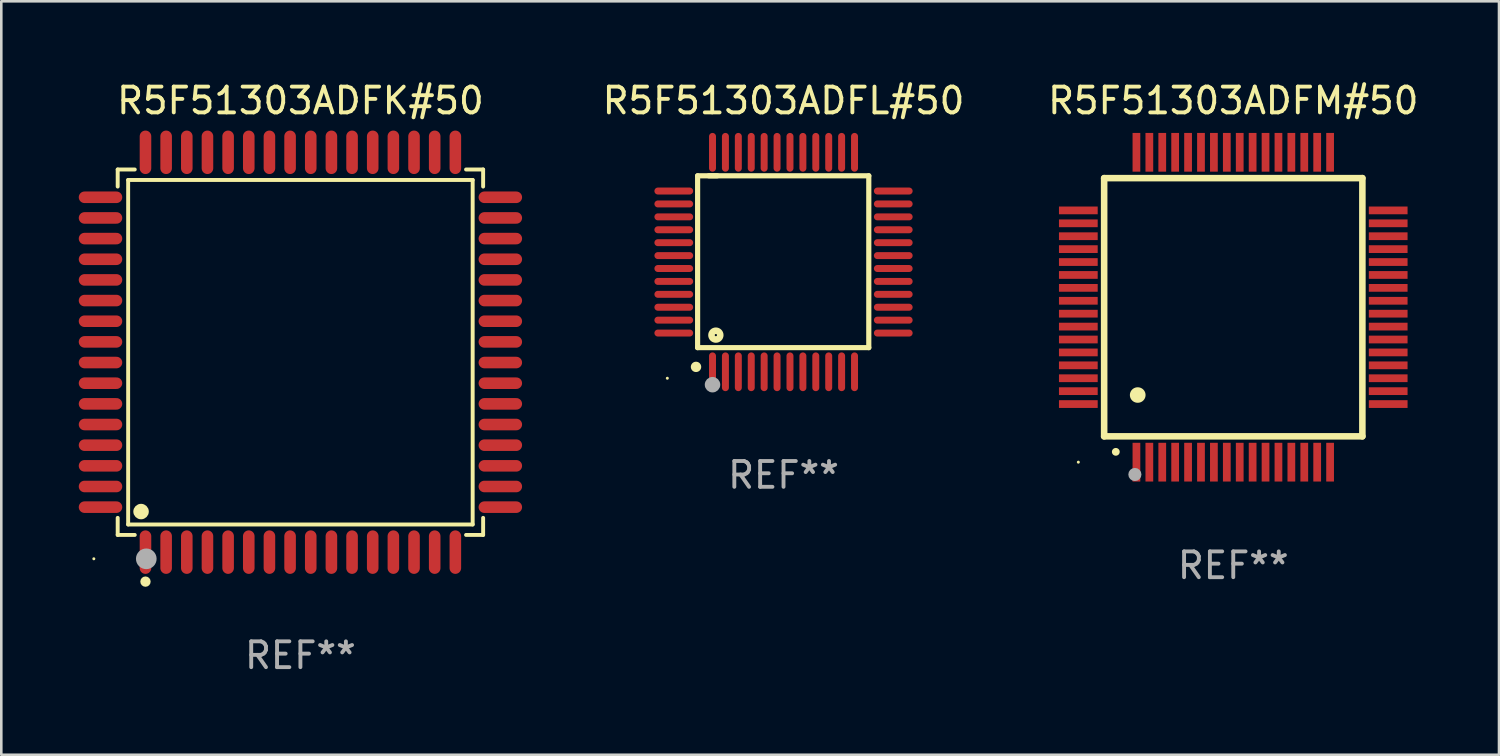
<source format=kicad_pcb>
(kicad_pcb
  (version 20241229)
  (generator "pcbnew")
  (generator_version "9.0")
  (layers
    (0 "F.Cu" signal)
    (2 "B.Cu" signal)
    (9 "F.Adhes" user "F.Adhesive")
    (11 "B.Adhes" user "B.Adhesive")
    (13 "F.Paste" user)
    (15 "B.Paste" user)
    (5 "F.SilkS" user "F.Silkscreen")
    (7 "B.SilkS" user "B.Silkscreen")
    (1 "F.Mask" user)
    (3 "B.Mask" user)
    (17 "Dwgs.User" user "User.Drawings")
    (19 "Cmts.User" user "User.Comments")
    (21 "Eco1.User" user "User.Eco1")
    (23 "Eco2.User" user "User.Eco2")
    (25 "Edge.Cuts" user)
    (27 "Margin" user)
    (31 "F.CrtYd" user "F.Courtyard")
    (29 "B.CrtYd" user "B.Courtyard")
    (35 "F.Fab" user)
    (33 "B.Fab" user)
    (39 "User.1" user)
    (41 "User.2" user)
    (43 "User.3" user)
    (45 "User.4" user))
  (footprint "R5F51303ADFL#50"
    (layer "F.Cu")
    (at 27.293 7.098)
    (property "Reference" "R5F51303ADFL#50" (at 0 -6.25 0) (layer "F.SilkS") (effects (font (size 1 1) (thickness 0.15))))
    (attr through_hole)
    (fp_line (start -3.327 -3.34) (end -2.565 -3.34) (stroke (width 0.2) (type solid)) (layer "F.SilkS"))
    (fp_line (start -3.327 3.315) (end -3.327 -3.34) (stroke (width 0.2) (type solid)) (layer "F.SilkS"))
    (fp_line (start -2.896 -3.34) (end 3.302 -3.34) (stroke (width 0.2) (type solid)) (layer "F.SilkS"))
    (fp_line (start 3.302 -3.34) (end 3.302 3.315) (stroke (width 0.2) (type solid)) (layer "F.SilkS"))
    (fp_line (start 3.302 3.315) (end -3.327 3.315) (stroke (width 0.2) (type solid)) (layer "F.SilkS"))
    (fp_arc (start -3.389992 4.059995) (mid -3.388722 4.059991) (end -3.387452 4.059995) (stroke (width 0.4) (type solid)) (layer "F.SilkS"))
    (fp_circle (center -4.5 4.5) (end -4.47 4.5) (stroke (width 0.06) (type solid)) (fill no) (layer "F.SilkS"))
    (fp_circle (center -2.62 2.83) (end -2.45 2.83) (stroke (width 0.254) (type solid)) (fill no) (layer "F.SilkS"))
    (fp_circle (center -2.75 4.75) (end -2.6 4.75) (stroke (width 0.3) (type solid)) (fill no) (layer "F.Fab"))
    (fp_text user "REF**" (at 0 8.25 0) (layer "F.Fab") (effects (font (size 1 1) (thickness 0.15))))
    (pad "1" smd oval (at -2.75 4.25) (size 0.27 1.5) (layers "F.Cu" "F.Mask" "F.Paste"))
    (pad "2" smd oval (at -2.25 4.25) (size 0.27 1.5) (layers "F.Cu" "F.Mask" "F.Paste"))
    (pad "3" smd oval (at -1.75 4.25) (size 0.27 1.5) (layers "F.Cu" "F.Mask" "F.Paste"))
    (pad "4" smd oval (at -1.25 4.25) (size 0.27 1.5) (layers "F.Cu" "F.Mask" "F.Paste"))
    (pad "5" smd oval (at -0.75 4.25) (size 0.27 1.5) (layers "F.Cu" "F.Mask" "F.Paste"))
    (pad "6" smd oval (at -0.25 4.25) (size 0.27 1.5) (layers "F.Cu" "F.Mask" "F.Paste"))
    (pad "7" smd oval (at 0.25 4.25) (size 0.27 1.5) (layers "F.Cu" "F.Mask" "F.Paste"))
    (pad "8" smd oval (at 0.75 4.25) (size 0.27 1.5) (layers "F.Cu" "F.Mask" "F.Paste"))
    (pad "9" smd oval (at 1.25 4.25) (size 0.27 1.5) (layers "F.Cu" "F.Mask" "F.Paste"))
    (pad "10" smd oval (at 1.75 4.25) (size 0.27 1.5) (layers "F.Cu" "F.Mask" "F.Paste"))
    (pad "11" smd oval (at 2.25 4.25) (size 0.27 1.5) (layers "F.Cu" "F.Mask" "F.Paste"))
    (pad "12" smd oval (at 2.75 4.25) (size 0.27 1.5) (layers "F.Cu" "F.Mask" "F.Paste"))
    (pad "13" smd oval (at 4.25 2.75) (size 1.5 0.27) (layers "F.Cu" "F.Mask" "F.Paste"))
    (pad "14" smd oval (at 4.25 2.25) (size 1.5 0.27) (layers "F.Cu" "F.Mask" "F.Paste"))
    (pad "15" smd oval (at 4.25 1.75) (size 1.5 0.27) (layers "F.Cu" "F.Mask" "F.Paste"))
    (pad "16" smd oval (at 4.25 1.25) (size 1.5 0.27) (layers "F.Cu" "F.Mask" "F.Paste"))
    (pad "17" smd oval (at 4.25 0.75) (size 1.5 0.27) (layers "F.Cu" "F.Mask" "F.Paste"))
    (pad "18" smd oval (at 4.25 0.25) (size 1.5 0.27) (layers "F.Cu" "F.Mask" "F.Paste"))
    (pad "19" smd oval (at 4.25 -0.25) (size 1.5 0.27) (layers "F.Cu" "F.Mask" "F.Paste"))
    (pad "20" smd oval (at 4.25 -0.75) (size 1.5 0.27) (layers "F.Cu" "F.Mask" "F.Paste"))
    (pad "21" smd oval (at 4.25 -1.25) (size 1.5 0.27) (layers "F.Cu" "F.Mask" "F.Paste"))
    (pad "22" smd oval (at 4.25 -1.75) (size 1.5 0.27) (layers "F.Cu" "F.Mask" "F.Paste"))
    (pad "23" smd oval (at 4.25 -2.25) (size 1.5 0.27) (layers "F.Cu" "F.Mask" "F.Paste"))
    (pad "24" smd oval (at 4.25 -2.75) (size 1.5 0.27) (layers "F.Cu" "F.Mask" "F.Paste"))
    (pad "25" smd oval (at 2.75 -4.25) (size 0.27 1.5) (layers "F.Cu" "F.Mask" "F.Paste"))
    (pad "26" smd oval (at 2.25 -4.25) (size 0.27 1.5) (layers "F.Cu" "F.Mask" "F.Paste"))
    (pad "27" smd oval (at 1.75 -4.25) (size 0.27 1.5) (layers "F.Cu" "F.Mask" "F.Paste"))
    (pad "28" smd oval (at 1.25 -4.25) (size 0.27 1.5) (layers "F.Cu" "F.Mask" "F.Paste"))
    (pad "29" smd oval (at 0.75 -4.25) (size 0.27 1.5) (layers "F.Cu" "F.Mask" "F.Paste"))
    (pad "30" smd oval (at 0.25 -4.25) (size 0.27 1.5) (layers "F.Cu" "F.Mask" "F.Paste"))
    (pad "31" smd oval (at -0.25 -4.25) (size 0.27 1.5) (layers "F.Cu" "F.Mask" "F.Paste"))
    (pad "32" smd oval (at -0.75 -4.25) (size 0.27 1.5) (layers "F.Cu" "F.Mask" "F.Paste"))
    (pad "33" smd oval (at -1.25 -4.25) (size 0.27 1.5) (layers "F.Cu" "F.Mask" "F.Paste"))
    (pad "34" smd oval (at -1.75 -4.25) (size 0.27 1.5) (layers "F.Cu" "F.Mask" "F.Paste"))
    (pad "35" smd oval (at -2.25 -4.25) (size 0.27 1.5) (layers "F.Cu" "F.Mask" "F.Paste"))
    (pad "36" smd oval (at -2.75 -4.25) (size 0.27 1.5) (layers "F.Cu" "F.Mask" "F.Paste"))
    (pad "37" smd oval (at -4.25 -2.75) (size 1.5 0.27) (layers "F.Cu" "F.Mask" "F.Paste"))
    (pad "38" smd oval (at -4.25 -2.25) (size 1.5 0.27) (layers "F.Cu" "F.Mask" "F.Paste"))
    (pad "39" smd oval (at -4.25 -1.75) (size 1.5 0.27) (layers "F.Cu" "F.Mask" "F.Paste"))
    (pad "40" smd oval (at -4.25 -1.25) (size 1.5 0.27) (layers "F.Cu" "F.Mask" "F.Paste"))
    (pad "41" smd oval (at -4.25 -0.75) (size 1.5 0.27) (layers "F.Cu" "F.Mask" "F.Paste"))
    (pad "42" smd oval (at -4.25 -0.25) (size 1.5 0.27) (layers "F.Cu" "F.Mask" "F.Paste"))
    (pad "43" smd oval (at -4.25 0.25) (size 1.5 0.27) (layers "F.Cu" "F.Mask" "F.Paste"))
    (pad "44" smd oval (at -4.25 0.75) (size 1.5 0.27) (layers "F.Cu" "F.Mask" "F.Paste"))
    (pad "45" smd oval (at -4.25 1.25) (size 1.5 0.27) (layers "F.Cu" "F.Mask" "F.Paste"))
    (pad "46" smd oval (at -4.25 1.75) (size 1.5 0.27) (layers "F.Cu" "F.Mask" "F.Paste"))
    (pad "47" smd oval (at -4.25 2.25) (size 1.5 0.27) (layers "F.Cu" "F.Mask" "F.Paste"))
    (pad "48" smd oval (at -4.25 2.75) (size 1.5 0.27) (layers "F.Cu" "F.Mask" "F.Paste")))
  (footprint "R5F51303ADFK#50"
    (layer "F.Cu")
    (at 8.584 10.59)
    (property "Reference" "R5F51303ADFK#50" (at 0 -9.742 0) (layer "F.SilkS") (effects (font (size 1 1) (thickness 0.15))))
    (attr through_hole)
    (fp_line (start -7.076 -7.076) (end -6.415 -7.076) (stroke (width 0.152) (type solid)) (layer "F.SilkS"))
    (fp_line (start -7.076 -6.415) (end -7.076 -7.076) (stroke (width 0.152) (type solid)) (layer "F.SilkS"))
    (fp_line (start -7.076 6.415) (end -7.076 7.076) (stroke (width 0.152) (type solid)) (layer "F.SilkS"))
    (fp_line (start -7.076 7.076) (end -6.415 7.076) (stroke (width 0.152) (type solid)) (layer "F.SilkS"))
    (fp_line (start -6.671 -6.671) (end 6.671 -6.671) (stroke (width 0.152) (type solid)) (layer "F.SilkS"))
    (fp_line (start -6.671 6.671) (end -6.671 -6.671) (stroke (width 0.152) (type solid)) (layer "F.SilkS"))
    (fp_line (start 6.671 -6.671) (end 6.671 6.671) (stroke (width 0.152) (type solid)) (layer "F.SilkS"))
    (fp_line (start 6.671 6.671) (end -6.671 6.671) (stroke (width 0.152) (type solid)) (layer "F.SilkS"))
    (fp_line (start 7.076 -7.076) (end 6.415 -7.076) (stroke (width 0.152) (type solid)) (layer "F.SilkS"))
    (fp_line (start 7.076 -6.415) (end 7.076 -7.076) (stroke (width 0.152) (type solid)) (layer "F.SilkS"))
    (fp_line (start 7.076 6.415) (end 7.076 7.076) (stroke (width 0.152) (type solid)) (layer "F.SilkS"))
    (fp_line (start 7.076 7.076) (end 6.415 7.076) (stroke (width 0.152) (type solid)) (layer "F.SilkS"))
    (fp_circle (center -8 8) (end -7.97 8) (stroke (width 0.06) (type solid)) (fill no) (layer "F.SilkS"))
    (fp_circle (center -6.171 6.171) (end -6.021 6.171) (stroke (width 0.3) (type solid)) (fill no) (layer "F.SilkS"))
    (fp_circle (center -6 8.884) (end -5.9 8.884) (stroke (width 0.2) (type solid)) (fill no) (layer "F.SilkS"))
    (fp_circle (center -5.969 8.001) (end -5.769 8.001) (stroke (width 0.4) (type solid)) (fill no) (layer "F.Fab"))
    (fp_text user "REF**" (at 0 11.742 0) (layer "F.Fab") (effects (font (size 1 1) (thickness 0.15))))
    (pad "1" smd oval (at -6 7.742) (size 0.448 1.684) (layers "F.Cu" "F.Mask" "F.Paste"))
    (pad "2" smd oval (at -5.2 7.742) (size 0.448 1.684) (layers "F.Cu" "F.Mask" "F.Paste"))
    (pad "3" smd oval (at -4.4 7.742) (size 0.448 1.684) (layers "F.Cu" "F.Mask" "F.Paste"))
    (pad "4" smd oval (at -3.6 7.742) (size 0.448 1.684) (layers "F.Cu" "F.Mask" "F.Paste"))
    (pad "5" smd oval (at -2.8 7.742) (size 0.448 1.684) (layers "F.Cu" "F.Mask" "F.Paste"))
    (pad "6" smd oval (at -2 7.742) (size 0.448 1.684) (layers "F.Cu" "F.Mask" "F.Paste"))
    (pad "7" smd oval (at -1.2 7.742) (size 0.448 1.684) (layers "F.Cu" "F.Mask" "F.Paste"))
    (pad "8" smd oval (at -0.4 7.742) (size 0.448 1.684) (layers "F.Cu" "F.Mask" "F.Paste"))
    (pad "9" smd oval (at 0.4 7.742) (size 0.448 1.684) (layers "F.Cu" "F.Mask" "F.Paste"))
    (pad "10" smd oval (at 1.2 7.742) (size 0.448 1.684) (layers "F.Cu" "F.Mask" "F.Paste"))
    (pad "11" smd oval (at 2 7.742) (size 0.448 1.684) (layers "F.Cu" "F.Mask" "F.Paste"))
    (pad "12" smd oval (at 2.8 7.742) (size 0.448 1.684) (layers "F.Cu" "F.Mask" "F.Paste"))
    (pad "13" smd oval (at 3.6 7.742) (size 0.448 1.684) (layers "F.Cu" "F.Mask" "F.Paste"))
    (pad "14" smd oval (at 4.4 7.742) (size 0.448 1.684) (layers "F.Cu" "F.Mask" "F.Paste"))
    (pad "15" smd oval (at 5.2 7.742) (size 0.448 1.684) (layers "F.Cu" "F.Mask" "F.Paste"))
    (pad "16" smd oval (at 6 7.742) (size 0.448 1.684) (layers "F.Cu" "F.Mask" "F.Paste"))
    (pad "17" smd oval (at 7.742 6) (size 1.684 0.448) (layers "F.Cu" "F.Mask" "F.Paste"))
    (pad "18" smd oval (at 7.742 5.2) (size 1.684 0.448) (layers "F.Cu" "F.Mask" "F.Paste"))
    (pad "19" smd oval (at 7.742 4.4) (size 1.684 0.448) (layers "F.Cu" "F.Mask" "F.Paste"))
    (pad "20" smd oval (at 7.742 3.6) (size 1.684 0.448) (layers "F.Cu" "F.Mask" "F.Paste"))
    (pad "21" smd oval (at 7.742 2.8) (size 1.684 0.448) (layers "F.Cu" "F.Mask" "F.Paste"))
    (pad "22" smd oval (at 7.742 2) (size 1.684 0.448) (layers "F.Cu" "F.Mask" "F.Paste"))
    (pad "23" smd oval (at 7.742 1.2) (size 1.684 0.448) (layers "F.Cu" "F.Mask" "F.Paste"))
    (pad "24" smd oval (at 7.742 0.4) (size 1.684 0.448) (layers "F.Cu" "F.Mask" "F.Paste"))
    (pad "25" smd oval (at 7.742 -0.4) (size 1.684 0.448) (layers "F.Cu" "F.Mask" "F.Paste"))
    (pad "26" smd oval (at 7.742 -1.2) (size 1.684 0.448) (layers "F.Cu" "F.Mask" "F.Paste"))
    (pad "27" smd oval (at 7.742 -2) (size 1.684 0.448) (layers "F.Cu" "F.Mask" "F.Paste"))
    (pad "28" smd oval (at 7.742 -2.8) (size 1.684 0.448) (layers "F.Cu" "F.Mask" "F.Paste"))
    (pad "29" smd oval (at 7.742 -3.6) (size 1.684 0.448) (layers "F.Cu" "F.Mask" "F.Paste"))
    (pad "30" smd oval (at 7.742 -4.4) (size 1.684 0.448) (layers "F.Cu" "F.Mask" "F.Paste"))
    (pad "31" smd oval (at 7.742 -5.2) (size 1.684 0.448) (layers "F.Cu" "F.Mask" "F.Paste"))
    (pad "32" smd oval (at 7.742 -6) (size 1.684 0.448) (layers "F.Cu" "F.Mask" "F.Paste"))
    (pad "33" smd oval (at 6 -7.742) (size 0.448 1.684) (layers "F.Cu" "F.Mask" "F.Paste"))
    (pad "34" smd oval (at 5.2 -7.742) (size 0.448 1.684) (layers "F.Cu" "F.Mask" "F.Paste"))
    (pad "35" smd oval (at 4.4 -7.742) (size 0.448 1.684) (layers "F.Cu" "F.Mask" "F.Paste"))
    (pad "36" smd oval (at 3.6 -7.742) (size 0.448 1.684) (layers "F.Cu" "F.Mask" "F.Paste"))
    (pad "37" smd oval (at 2.8 -7.742) (size 0.448 1.684) (layers "F.Cu" "F.Mask" "F.Paste"))
    (pad "38" smd oval (at 2 -7.742) (size 0.448 1.684) (layers "F.Cu" "F.Mask" "F.Paste"))
    (pad "39" smd oval (at 1.2 -7.742) (size 0.448 1.684) (layers "F.Cu" "F.Mask" "F.Paste"))
    (pad "40" smd oval (at 0.4 -7.742) (size 0.448 1.684) (layers "F.Cu" "F.Mask" "F.Paste"))
    (pad "41" smd oval (at -0.4 -7.742) (size 0.448 1.684) (layers "F.Cu" "F.Mask" "F.Paste"))
    (pad "42" smd oval (at -1.2 -7.742) (size 0.448 1.684) (layers "F.Cu" "F.Mask" "F.Paste"))
    (pad "43" smd oval (at -2 -7.742) (size 0.448 1.684) (layers "F.Cu" "F.Mask" "F.Paste"))
    (pad "44" smd oval (at -2.8 -7.742) (size 0.448 1.684) (layers "F.Cu" "F.Mask" "F.Paste"))
    (pad "45" smd oval (at -3.6 -7.742) (size 0.448 1.684) (layers "F.Cu" "F.Mask" "F.Paste"))
    (pad "46" smd oval (at -4.4 -7.742) (size 0.448 1.684) (layers "F.Cu" "F.Mask" "F.Paste"))
    (pad "47" smd oval (at -5.2 -7.742) (size 0.448 1.684) (layers "F.Cu" "F.Mask" "F.Paste"))
    (pad "48" smd oval (at -6 -7.742) (size 0.448 1.684) (layers "F.Cu" "F.Mask" "F.Paste"))
    (pad "49" smd oval (at -7.742 -6) (size 1.684 0.448) (layers "F.Cu" "F.Mask" "F.Paste"))
    (pad "50" smd oval (at -7.742 -5.2) (size 1.684 0.448) (layers "F.Cu" "F.Mask" "F.Paste"))
    (pad "51" smd oval (at -7.742 -4.4) (size 1.684 0.448) (layers "F.Cu" "F.Mask" "F.Paste"))
    (pad "52" smd oval (at -7.742 -3.6) (size 1.684 0.448) (layers "F.Cu" "F.Mask" "F.Paste"))
    (pad "53" smd oval (at -7.742 -2.8) (size 1.684 0.448) (layers "F.Cu" "F.Mask" "F.Paste"))
    (pad "54" smd oval (at -7.742 -2) (size 1.684 0.448) (layers "F.Cu" "F.Mask" "F.Paste"))
    (pad "55" smd oval (at -7.742 -1.2) (size 1.684 0.448) (layers "F.Cu" "F.Mask" "F.Paste"))
    (pad "56" smd oval (at -7.742 -0.4) (size 1.684 0.448) (layers "F.Cu" "F.Mask" "F.Paste"))
    (pad "57" smd oval (at -7.742 0.4) (size 1.684 0.448) (layers "F.Cu" "F.Mask" "F.Paste"))
    (pad "58" smd oval (at -7.742 1.2) (size 1.684 0.448) (layers "F.Cu" "F.Mask" "F.Paste"))
    (pad "59" smd oval (at -7.742 2) (size 1.684 0.448) (layers "F.Cu" "F.Mask" "F.Paste"))
    (pad "60" smd oval (at -7.742 2.8) (size 1.684 0.448) (layers "F.Cu" "F.Mask" "F.Paste"))
    (pad "61" smd oval (at -7.742 3.6) (size 1.684 0.448) (layers "F.Cu" "F.Mask" "F.Paste"))
    (pad "62" smd oval (at -7.742 4.4) (size 1.684 0.448) (layers "F.Cu" "F.Mask" "F.Paste"))
    (pad "63" smd oval (at -7.742 5.2) (size 1.684 0.448) (layers "F.Cu" "F.Mask" "F.Paste"))
    (pad "64" smd oval (at -7.742 6) (size 1.684 0.448) (layers "F.Cu" "F.Mask" "F.Paste")))
  (footprint "R5F51303ADFM#50"
    (layer "F.Cu")
    (at 44.71 8.848)
    (property "Reference" "R5F51303ADFM#50" (at 0 -8 0) (layer "F.SilkS") (effects (font (size 1 1) (thickness 0.15))))
    (attr through_hole)
    (fp_line (start -5 -5) (end -5 5) (stroke (width 0.254) (type solid)) (layer "F.SilkS"))
    (fp_line (start -5 -5) (end 5 -5) (stroke (width 0.254) (type solid)) (layer "F.SilkS"))
    (fp_line (start -5 5) (end 5 5) (stroke (width 0.254) (type solid)) (layer "F.SilkS"))
    (fp_line (start 5 -5) (end 5 5) (stroke (width 0.254) (type solid)) (layer "F.SilkS"))
    (fp_arc (start -4.549987 5.6) (mid -4.548717 5.599995) (end -4.547447 5.6) (stroke (width 0.3) (type solid)) (layer "F.SilkS"))
    (fp_arc (start -3.703835 3.400076) (mid -3.700025 3.400052) (end -3.696215 3.400076) (stroke (width 0.6) (type solid)) (layer "F.SilkS"))
    (fp_circle (center -6 6) (end -5.97 6) (stroke (width 0.06) (type solid)) (fill no) (layer "F.SilkS"))
    (fp_circle (center -3.81 6.477) (end -3.683 6.477) (stroke (width 0.254) (type solid)) (fill no) (layer "F.Fab"))
    (fp_text user "REF**" (at 0 10 0) (layer "F.Fab") (effects (font (size 1 1) (thickness 0.15))))
    (pad "1" smd rect (at -3.75 6 180) (size 0.3 1.5) (layers "F.Cu" "F.Mask" "F.Paste"))
    (pad "2" smd rect (at -3.25 6 180) (size 0.3 1.5) (layers "F.Cu" "F.Mask" "F.Paste"))
    (pad "3" smd rect (at -2.75 6 180) (size 0.3 1.5) (layers "F.Cu" "F.Mask" "F.Paste"))
    (pad "4" smd rect (at -2.25 6 180) (size 0.3 1.5) (layers "F.Cu" "F.Mask" "F.Paste"))
    (pad "5" smd rect (at -1.75 6 180) (size 0.3 1.5) (layers "F.Cu" "F.Mask" "F.Paste"))
    (pad "6" smd rect (at -1.25 6 180) (size 0.3 1.5) (layers "F.Cu" "F.Mask" "F.Paste"))
    (pad "7" smd rect (at -0.75 6 180) (size 0.3 1.5) (layers "F.Cu" "F.Mask" "F.Paste"))
    (pad "8" smd rect (at -0.25 6 180) (size 0.3 1.5) (layers "F.Cu" "F.Mask" "F.Paste"))
    (pad "9" smd rect (at 0.25 6 180) (size 0.3 1.5) (layers "F.Cu" "F.Mask" "F.Paste"))
    (pad "10" smd rect (at 0.75 6 180) (size 0.3 1.5) (layers "F.Cu" "F.Mask" "F.Paste"))
    (pad "11" smd rect (at 1.25 6 180) (size 0.3 1.5) (layers "F.Cu" "F.Mask" "F.Paste"))
    (pad "12" smd rect (at 1.75 6 180) (size 0.3 1.5) (layers "F.Cu" "F.Mask" "F.Paste"))
    (pad "13" smd rect (at 2.25 6 180) (size 0.3 1.5) (layers "F.Cu" "F.Mask" "F.Paste"))
    (pad "14" smd rect (at 2.75 6 180) (size 0.3 1.5) (layers "F.Cu" "F.Mask" "F.Paste"))
    (pad "15" smd rect (at 3.25 6 180) (size 0.3 1.5) (layers "F.Cu" "F.Mask" "F.Paste"))
    (pad "16" smd rect (at 3.75 6 180) (size 0.3 1.5) (layers "F.Cu" "F.Mask" "F.Paste"))
    (pad "17" smd rect (at 6 3.75 90) (size 0.3 1.5) (layers "F.Cu" "F.Mask" "F.Paste"))
    (pad "18" smd rect (at 6 3.25 90) (size 0.3 1.5) (layers "F.Cu" "F.Mask" "F.Paste"))
    (pad "19" smd rect (at 6 2.75 90) (size 0.3 1.5) (layers "F.Cu" "F.Mask" "F.Paste"))
    (pad "20" smd rect (at 6 2.25 90) (size 0.3 1.5) (layers "F.Cu" "F.Mask" "F.Paste"))
    (pad "21" smd rect (at 6 1.75 90) (size 0.3 1.5) (layers "F.Cu" "F.Mask" "F.Paste"))
    (pad "22" smd rect (at 6 1.25 90) (size 0.3 1.5) (layers "F.Cu" "F.Mask" "F.Paste"))
    (pad "23" smd rect (at 6 0.75 90) (size 0.3 1.5) (layers "F.Cu" "F.Mask" "F.Paste"))
    (pad "24" smd rect (at 6 0.25 90) (size 0.3 1.5) (layers "F.Cu" "F.Mask" "F.Paste"))
    (pad "25" smd rect (at 6 -0.25 90) (size 0.3 1.5) (layers "F.Cu" "F.Mask" "F.Paste"))
    (pad "26" smd rect (at 6 -0.75 90) (size 0.3 1.5) (layers "F.Cu" "F.Mask" "F.Paste"))
    (pad "27" smd rect (at 6 -1.25 90) (size 0.3 1.5) (layers "F.Cu" "F.Mask" "F.Paste"))
    (pad "28" smd rect (at 6 -1.75 90) (size 0.3 1.5) (layers "F.Cu" "F.Mask" "F.Paste"))
    (pad "29" smd rect (at 6 -2.25 90) (size 0.3 1.5) (layers "F.Cu" "F.Mask" "F.Paste"))
    (pad "30" smd rect (at 6 -2.75 90) (size 0.3 1.5) (layers "F.Cu" "F.Mask" "F.Paste"))
    (pad "31" smd rect (at 6 -3.25 90) (size 0.3 1.5) (layers "F.Cu" "F.Mask" "F.Paste"))
    (pad "32" smd rect (at 6 -3.75 90) (size 0.3 1.5) (layers "F.Cu" "F.Mask" "F.Paste"))
    (pad "33" smd rect (at 3.75 -6 180) (size 0.3 1.5) (layers "F.Cu" "F.Mask" "F.Paste"))
    (pad "34" smd rect (at 3.25 -6 180) (size 0.3 1.5) (layers "F.Cu" "F.Mask" "F.Paste"))
    (pad "35" smd rect (at 2.75 -6 180) (size 0.3 1.5) (layers "F.Cu" "F.Mask" "F.Paste"))
    (pad "36" smd rect (at 2.25 -6 180) (size 0.3 1.5) (layers "F.Cu" "F.Mask" "F.Paste"))
    (pad "37" smd rect (at 1.75 -6 180) (size 0.3 1.5) (layers "F.Cu" "F.Mask" "F.Paste"))
    (pad "38" smd rect (at 1.25 -6 180) (size 0.3 1.5) (layers "F.Cu" "F.Mask" "F.Paste"))
    (pad "39" smd rect (at 0.75 -6 180) (size 0.3 1.5) (layers "F.Cu" "F.Mask" "F.Paste"))
    (pad "40" smd rect (at 0.25 -6 180) (size 0.3 1.5) (layers "F.Cu" "F.Mask" "F.Paste"))
    (pad "41" smd rect (at -0.25 -6 180) (size 0.3 1.5) (layers "F.Cu" "F.Mask" "F.Paste"))
    (pad "42" smd rect (at -0.75 -6 180) (size 0.3 1.5) (layers "F.Cu" "F.Mask" "F.Paste"))
    (pad "43" smd rect (at -1.25 -6 180) (size 0.3 1.5) (layers "F.Cu" "F.Mask" "F.Paste"))
    (pad "44" smd rect (at -1.75 -6 180) (size 0.3 1.5) (layers "F.Cu" "F.Mask" "F.Paste"))
    (pad "45" smd rect (at -2.25 -6 180) (size 0.3 1.5) (layers "F.Cu" "F.Mask" "F.Paste"))
    (pad "46" smd rect (at -2.75 -6 180) (size 0.3 1.5) (layers "F.Cu" "F.Mask" "F.Paste"))
    (pad "47" smd rect (at -3.25 -6 180) (size 0.3 1.5) (layers "F.Cu" "F.Mask" "F.Paste"))
    (pad "48" smd rect (at -3.75 -6 180) (size 0.3 1.5) (layers "F.Cu" "F.Mask" "F.Paste"))
    (pad "49" smd rect (at -6 -3.75 90) (size 0.3 1.5) (layers "F.Cu" "F.Mask" "F.Paste"))
    (pad "50" smd rect (at -6 -3.25 90) (size 0.3 1.5) (layers "F.Cu" "F.Mask" "F.Paste"))
    (pad "51" smd rect (at -6 -2.75 90) (size 0.3 1.5) (layers "F.Cu" "F.Mask" "F.Paste"))
    (pad "52" smd rect (at -6 -2.25 90) (size 0.3 1.5) (layers "F.Cu" "F.Mask" "F.Paste"))
    (pad "53" smd rect (at -6 -1.75 90) (size 0.3 1.5) (layers "F.Cu" "F.Mask" "F.Paste"))
    (pad "54" smd rect (at -6 -1.25 90) (size 0.3 1.5) (layers "F.Cu" "F.Mask" "F.Paste"))
    (pad "55" smd rect (at -6 -0.75 90) (size 0.3 1.5) (layers "F.Cu" "F.Mask" "F.Paste"))
    (pad "56" smd rect (at -6 -0.25 90) (size 0.3 1.5) (layers "F.Cu" "F.Mask" "F.Paste"))
    (pad "57" smd rect (at -6 0.25 90) (size 0.3 1.5) (layers "F.Cu" "F.Mask" "F.Paste"))
    (pad "58" smd rect (at -6 0.75 90) (size 0.3 1.5) (layers "F.Cu" "F.Mask" "F.Paste"))
    (pad "59" smd rect (at -6 1.25 90) (size 0.3 1.5) (layers "F.Cu" "F.Mask" "F.Paste"))
    (pad "60" smd rect (at -6 1.75 90) (size 0.3 1.5) (layers "F.Cu" "F.Mask" "F.Paste"))
    (pad "61" smd rect (at -6 2.25 90) (size 0.3 1.5) (layers "F.Cu" "F.Mask" "F.Paste"))
    (pad "62" smd rect (at -6 2.75 90) (size 0.3 1.5) (layers "F.Cu" "F.Mask" "F.Paste"))
    (pad "63" smd rect (at -6 3.25 90) (size 0.3 1.5) (layers "F.Cu" "F.Mask" "F.Paste"))
    (pad "64" smd rect (at -6 3.75 90) (size 0.3 1.5) (layers "F.Cu" "F.Mask" "F.Paste")))
  (gr_rect
    (start -3 -3)
    (end 55.001 26.18)
    (stroke (width 0.1) (type default))
    (fill no)
    (layer "Edge.Cuts")))
</source>
